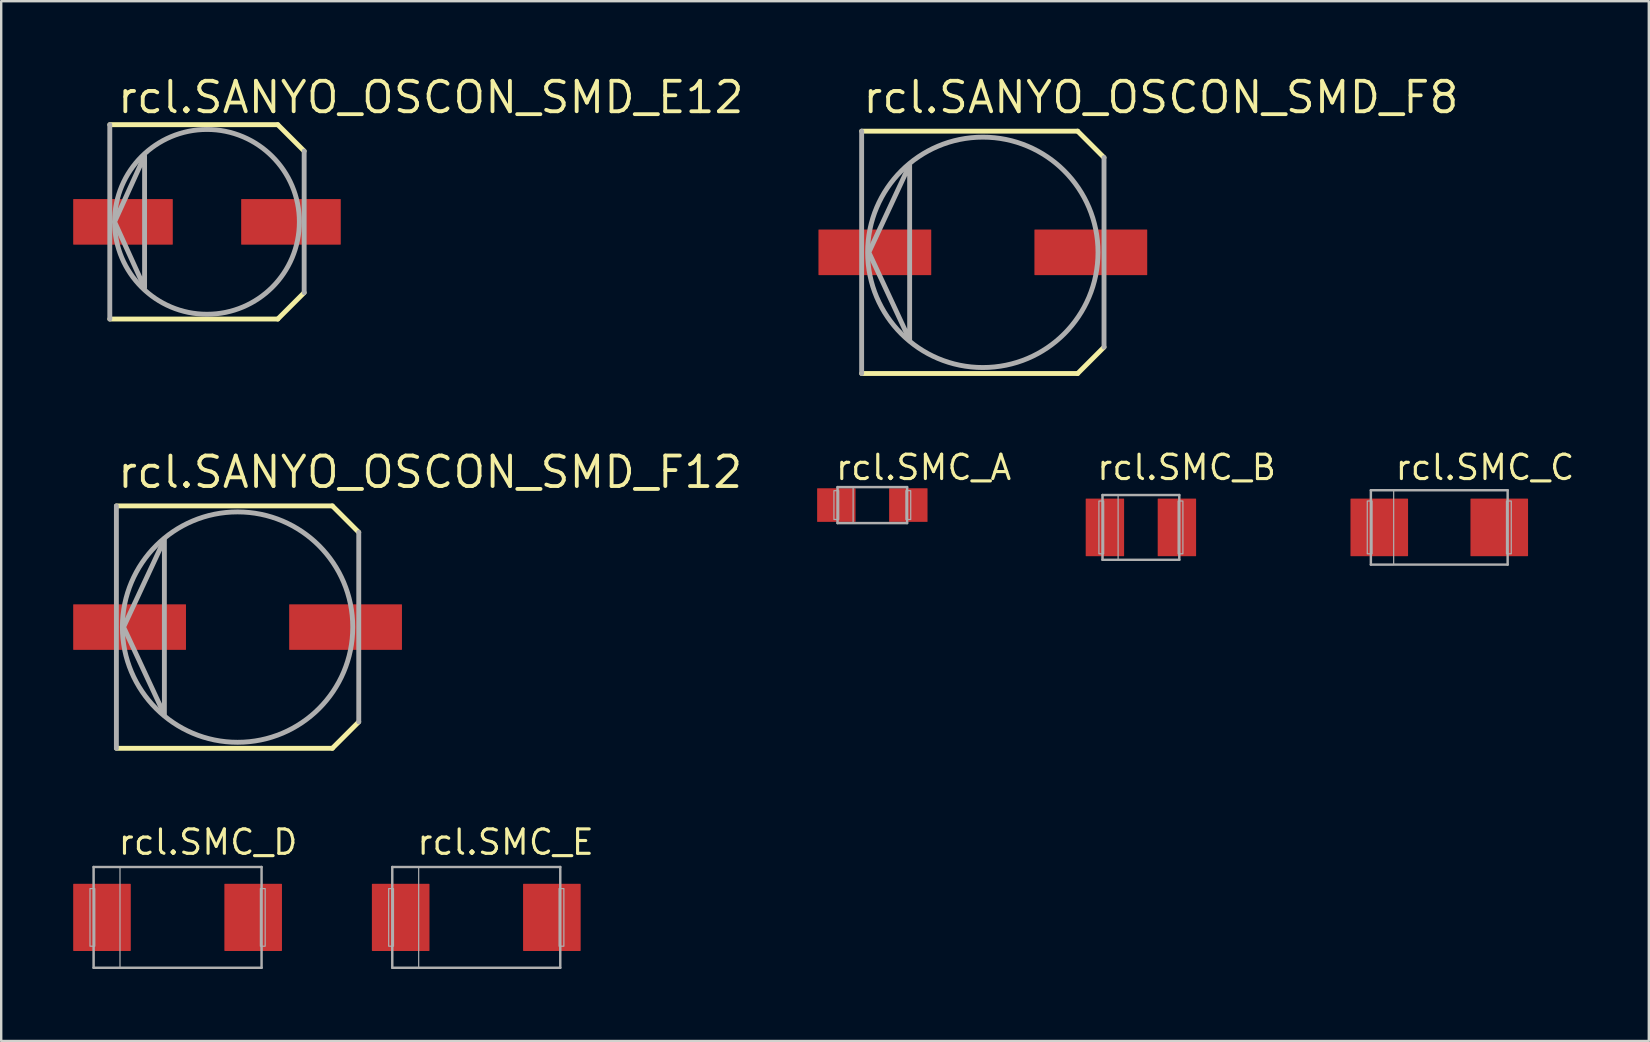
<source format=kicad_pcb>
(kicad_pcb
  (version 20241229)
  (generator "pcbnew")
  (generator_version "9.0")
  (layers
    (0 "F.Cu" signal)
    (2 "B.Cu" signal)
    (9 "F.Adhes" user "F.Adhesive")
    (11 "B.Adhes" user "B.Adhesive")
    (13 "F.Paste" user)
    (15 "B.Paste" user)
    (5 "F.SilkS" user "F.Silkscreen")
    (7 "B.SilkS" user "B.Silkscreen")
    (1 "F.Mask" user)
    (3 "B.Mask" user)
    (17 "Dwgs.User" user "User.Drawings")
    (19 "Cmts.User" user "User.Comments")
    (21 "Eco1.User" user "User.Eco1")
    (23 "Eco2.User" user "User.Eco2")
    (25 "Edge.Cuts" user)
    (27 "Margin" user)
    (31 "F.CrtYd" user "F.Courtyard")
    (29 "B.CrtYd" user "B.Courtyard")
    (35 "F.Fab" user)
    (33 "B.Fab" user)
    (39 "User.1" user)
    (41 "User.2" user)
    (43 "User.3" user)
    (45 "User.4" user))
  (footprint "rcl.SMC_C"
    (layer "F.Cu")
    (at 56.926 18.928)
    (property "Reference" "rcl.SMC_C" (at -1.905 -1.905 0) (layer "F.SilkS") (effects (font (size 1.016 1.016) (thickness 0.13)) (justify left bottom)))
    (attr smd)
    (fp_line (start -2.85 -1.55) (end 2.85 -1.55) (stroke (width 0.102) (type default)) (layer "F.Fab"))
    (fp_line (start -2.85 1.55) (end -2.85 -1.55) (stroke (width 0.102) (type default)) (layer "F.Fab"))
    (fp_line (start 2.85 -1.55) (end 2.85 1.55) (stroke (width 0.102) (type default)) (layer "F.Fab"))
    (fp_line (start 2.85 1.55) (end -2.85 1.55) (stroke (width 0.102) (type default)) (layer "F.Fab"))
    (fp_rect (start -3 1.1) (end -2.8 -1.1) (stroke (width 0.05) (type default)) (fill no) (layer "F.Fab"))
    (fp_rect (start -2.85 1.55) (end -1.9 -1.55) (stroke (width 0.05) (type default)) (fill no) (layer "F.Fab"))
    (fp_rect (start 2.8 1.1) (end 3 -1.1) (stroke (width 0.05) (type default)) (fill no) (layer "F.Fab"))
    (pad "+" smd roundrect (at -2.5 0) (size 2.4 2.4) (layers "F.Cu" "F.Mask" "F.Paste") (roundrect_rratio 0.01))
    (pad "-" smd roundrect (at 2.5 0 180) (size 2.4 2.4) (layers "F.Cu" "F.Mask" "F.Paste") (roundrect_rratio 0.01)))
  (footprint "rcl.SANYO_OSCON_SMD_F12"
    (layer "F.Cu")
    (at 6.85 23.082)
    (property "Reference" "rcl.SANYO_OSCON_SMD_F12" (at -5.08 -5.715 0) (layer "F.SilkS") (effects (font (size 1.27 1.27) (thickness 0.16)) (justify left bottom)))
    (attr smd)
    (fp_line (start -5.05 -5.05) (end 3.95 -5.05) (stroke (width 0.203) (type default)) (layer "F.SilkS"))
    (fp_line (start 3.95 -5.05) (end 5.05 -3.95) (stroke (width 0.203) (type default)) (layer "F.SilkS"))
    (fp_line (start 3.95 5.05) (end -5.05 5.05) (stroke (width 0.203) (type default)) (layer "F.SilkS"))
    (fp_line (start 5.05 3.95) (end 3.95 5.05) (stroke (width 0.203) (type default)) (layer "F.SilkS"))
    (fp_line (start -5.05 5.05) (end -5.05 -5.05) (stroke (width 0.203) (type default)) (layer "F.Fab"))
    (fp_line (start 5.05 -3.95) (end 5.05 3.95) (stroke (width 0.203) (type default)) (layer "F.Fab"))
    (fp_circle (center 0 0) (end 4.8 0) (stroke (width 0.203) (type default)) (fill no) (layer "F.Fab"))
    (fp_poly (pts (xy -3.05 3.65) (xy -3.05 -3.65) (xy -4.75 0)) (stroke (width 0.203) (type default)) (fill no) (layer "F.Fab"))
    (pad "+" smd roundrect (at 4.5 0) (size 4.7 1.9) (layers "F.Cu" "F.Mask" "F.Paste") (roundrect_rratio 0.01))
    (pad "-" smd roundrect (at -4.5 0) (size 4.7 1.9) (layers "F.Cu" "F.Mask" "F.Paste") (roundrect_rratio 0.01)))
  (footprint "rcl.SMC_D"
    (layer "F.Cu")
    (at 4.35 35.179)
    (property "Reference" "rcl.SMC_D" (at -2.54 -2.54 0) (layer "F.SilkS") (effects (font (size 1.016 1.016) (thickness 0.13)) (justify left bottom)))
    (attr smd)
    (fp_line (start -3.5 -2.1) (end 3.5 -2.1) (stroke (width 0.102) (type default)) (layer "F.Fab"))
    (fp_line (start -3.5 2.1) (end -3.5 -2.1) (stroke (width 0.102) (type default)) (layer "F.Fab"))
    (fp_line (start 3.5 -2.1) (end 3.5 2.1) (stroke (width 0.102) (type default)) (layer "F.Fab"))
    (fp_line (start 3.5 2.1) (end -3.5 2.1) (stroke (width 0.102) (type default)) (layer "F.Fab"))
    (fp_rect (start -3.65 1.2) (end -3.45 -1.2) (stroke (width 0.05) (type default)) (fill no) (layer "F.Fab"))
    (fp_rect (start -3.5 2.1) (end -2.4 -2.1) (stroke (width 0.05) (type default)) (fill no) (layer "F.Fab"))
    (fp_rect (start 3.45 1.2) (end 3.65 -1.2) (stroke (width 0.05) (type default)) (fill no) (layer "F.Fab"))
    (pad "+" smd roundrect (at -3.15 0) (size 2.4 2.8) (layers "F.Cu" "F.Mask" "F.Paste") (roundrect_rratio 0.01))
    (pad "-" smd roundrect (at 3.15 0 180) (size 2.4 2.8) (layers "F.Cu" "F.Mask" "F.Paste") (roundrect_rratio 0.01)))
  (footprint "rcl.SMC_B"
    (layer "F.Cu")
    (at 44.493 18.928)
    (property "Reference" "rcl.SMC_B" (at -1.905 -1.905 0) (layer "F.SilkS") (effects (font (size 1.016 1.016) (thickness 0.13)) (justify left bottom)))
    (attr smd)
    (fp_line (start -1.6 -1.35) (end 1.6 -1.35) (stroke (width 0.102) (type default)) (layer "F.Fab"))
    (fp_line (start -1.6 1.35) (end -1.6 -1.35) (stroke (width 0.102) (type default)) (layer "F.Fab"))
    (fp_line (start 1.6 -1.35) (end 1.6 1.35) (stroke (width 0.102) (type default)) (layer "F.Fab"))
    (fp_line (start 1.6 1.35) (end -1.6 1.35) (stroke (width 0.102) (type default)) (layer "F.Fab"))
    (fp_rect (start -1.75 1.1) (end -1.55 -1.1) (stroke (width 0.05) (type default)) (fill no) (layer "F.Fab"))
    (fp_rect (start -1.6 1.35) (end -0.95 -1.35) (stroke (width 0.05) (type default)) (fill no) (layer "F.Fab"))
    (fp_rect (start 1.55 1.1) (end 1.75 -1.1) (stroke (width 0.05) (type default)) (fill no) (layer "F.Fab"))
    (pad "+" smd roundrect (at -1.5 0) (size 1.6 2.4) (layers "F.Cu" "F.Mask" "F.Paste") (roundrect_rratio 0.01))
    (pad "-" smd roundrect (at 1.5 0 180) (size 1.6 2.4) (layers "F.Cu" "F.Mask" "F.Paste") (roundrect_rratio 0.01)))
  (footprint "rcl.SMC_A"
    (layer "F.Cu")
    (at 33.301 17.998)
    (property "Reference" "rcl.SMC_A" (at -1.6 -0.975 0) (layer "F.SilkS") (effects (font (size 1.016 1.016) (thickness 0.13)) (justify left bottom)))
    (attr smd)
    (fp_line (start -1.45 -0.75) (end 1.45 -0.75) (stroke (width 0.102) (type default)) (layer "F.Fab"))
    (fp_line (start -1.45 0.75) (end -1.45 -0.75) (stroke (width 0.102) (type default)) (layer "F.Fab"))
    (fp_line (start 1.45 -0.75) (end 1.45 0.75) (stroke (width 0.102) (type default)) (layer "F.Fab"))
    (fp_line (start 1.45 0.75) (end -1.45 0.75) (stroke (width 0.102) (type default)) (layer "F.Fab"))
    (fp_rect (start -1.6 0.6) (end -1.4 -0.6) (stroke (width 0.05) (type default)) (fill no) (layer "F.Fab"))
    (fp_rect (start -1.45 0.75) (end -0.8 -0.75) (stroke (width 0.05) (type default)) (fill no) (layer "F.Fab"))
    (fp_rect (start 1.4 0.6) (end 1.6 -0.6) (stroke (width 0.05) (type default)) (fill no) (layer "F.Fab"))
    (pad "+" smd roundrect (at -1.5 0) (size 1.6 1.4) (layers "F.Cu" "F.Mask" "F.Paste") (roundrect_rratio 0.01))
    (pad "-" smd roundrect (at 1.5 0 180) (size 1.6 1.4) (layers "F.Cu" "F.Mask" "F.Paste") (roundrect_rratio 0.01)))
  (footprint "rcl.SMC_E"
    (layer "F.Cu")
    (at 16.797 35.179)
    (property "Reference" "rcl.SMC_E" (at -2.54 -2.54 0) (layer "F.SilkS") (effects (font (size 1.016 1.016) (thickness 0.13)) (justify left bottom)))
    (attr smd)
    (fp_line (start -3.5 -2.1) (end 3.5 -2.1) (stroke (width 0.102) (type default)) (layer "F.Fab"))
    (fp_line (start -3.5 2.1) (end -3.5 -2.1) (stroke (width 0.102) (type default)) (layer "F.Fab"))
    (fp_line (start 3.5 -2.1) (end 3.5 2.1) (stroke (width 0.102) (type default)) (layer "F.Fab"))
    (fp_line (start 3.5 2.1) (end -3.5 2.1) (stroke (width 0.102) (type default)) (layer "F.Fab"))
    (fp_rect (start -3.65 1.2) (end -3.45 -1.2) (stroke (width 0.05) (type default)) (fill no) (layer "F.Fab"))
    (fp_rect (start -3.5 2.1) (end -2.4 -2.1) (stroke (width 0.05) (type default)) (fill no) (layer "F.Fab"))
    (fp_rect (start 3.45 1.2) (end 3.65 -1.2) (stroke (width 0.05) (type default)) (fill no) (layer "F.Fab"))
    (pad "+" smd roundrect (at -3.15 0) (size 2.4 2.8) (layers "F.Cu" "F.Mask" "F.Paste") (roundrect_rratio 0.01))
    (pad "-" smd roundrect (at 3.15 0 180) (size 2.4 2.8) (layers "F.Cu" "F.Mask" "F.Paste") (roundrect_rratio 0.01)))
  (footprint "rcl.SANYO_OSCON_SMD_F8"
    (layer "F.Cu")
    (at 37.906 7.465)
    (property "Reference" "rcl.SANYO_OSCON_SMD_F8" (at -5.08 -5.715 0) (layer "F.SilkS") (effects (font (size 1.27 1.27) (thickness 0.16)) (justify left bottom)))
    (attr smd)
    (fp_line (start -5.05 -5.05) (end 3.95 -5.05) (stroke (width 0.203) (type default)) (layer "F.SilkS"))
    (fp_line (start 3.95 -5.05) (end 5.05 -3.95) (stroke (width 0.203) (type default)) (layer "F.SilkS"))
    (fp_line (start 3.95 5.05) (end -5.05 5.05) (stroke (width 0.203) (type default)) (layer "F.SilkS"))
    (fp_line (start 5.05 3.95) (end 3.95 5.05) (stroke (width 0.203) (type default)) (layer "F.SilkS"))
    (fp_line (start -5.05 5.05) (end -5.05 -5.05) (stroke (width 0.203) (type default)) (layer "F.Fab"))
    (fp_line (start 5.05 -3.95) (end 5.05 3.95) (stroke (width 0.203) (type default)) (layer "F.Fab"))
    (fp_circle (center 0 0) (end 4.8 0) (stroke (width 0.203) (type default)) (fill no) (layer "F.Fab"))
    (fp_poly (pts (xy -3.05 3.65) (xy -3.05 -3.65) (xy -4.75 0)) (stroke (width 0.203) (type default)) (fill no) (layer "F.Fab"))
    (pad "+" smd roundrect (at 4.5 0) (size 4.7 1.9) (layers "F.Cu" "F.Mask" "F.Paste") (roundrect_rratio 0.01))
    (pad "-" smd roundrect (at -4.5 0) (size 4.7 1.9) (layers "F.Cu" "F.Mask" "F.Paste") (roundrect_rratio 0.01)))
  (footprint "rcl.SANYO_OSCON_SMD_E12"
    (layer "F.Cu")
    (at 5.575 6.195)
    (property "Reference" "rcl.SANYO_OSCON_SMD_E12" (at -3.81 -4.445 0) (layer "F.SilkS") (effects (font (size 1.27 1.27) (thickness 0.16)) (justify left bottom)))
    (attr smd)
    (fp_line (start -4.05 -4.05) (end 2.95 -4.05) (stroke (width 0.203) (type default)) (layer "F.SilkS"))
    (fp_line (start 2.95 -4.05) (end 4.05 -2.95) (stroke (width 0.203) (type default)) (layer "F.SilkS"))
    (fp_line (start 2.95 4.05) (end -4.05 4.05) (stroke (width 0.203) (type default)) (layer "F.SilkS"))
    (fp_line (start 4.05 2.95) (end 2.95 4.05) (stroke (width 0.203) (type default)) (layer "F.SilkS"))
    (fp_line (start -4.05 4.05) (end -4.05 -4.05) (stroke (width 0.203) (type default)) (layer "F.Fab"))
    (fp_line (start 4.05 -2.95) (end 4.05 2.95) (stroke (width 0.203) (type default)) (layer "F.Fab"))
    (fp_circle (center 0 0) (end 3.85 0) (stroke (width 0.203) (type default)) (fill no) (layer "F.Fab"))
    (fp_poly (pts (xy -2.6 2.75) (xy -2.6 -2.75) (xy -3.85 0)) (stroke (width 0.203) (type default)) (fill no) (layer "F.Fab"))
    (pad "+" smd roundrect (at 3.5 0) (size 4.15 1.9) (layers "F.Cu" "F.Mask" "F.Paste") (roundrect_rratio 0.01))
    (pad "-" smd roundrect (at -3.5 0) (size 4.15 1.9) (layers "F.Cu" "F.Mask" "F.Paste") (roundrect_rratio 0.01)))
  (gr_rect
    (start -3 -3)
    (end 65.658 40.33)
    (stroke (width 0.1) (type default))
    (fill no)
    (layer "Edge.Cuts")))
</source>
